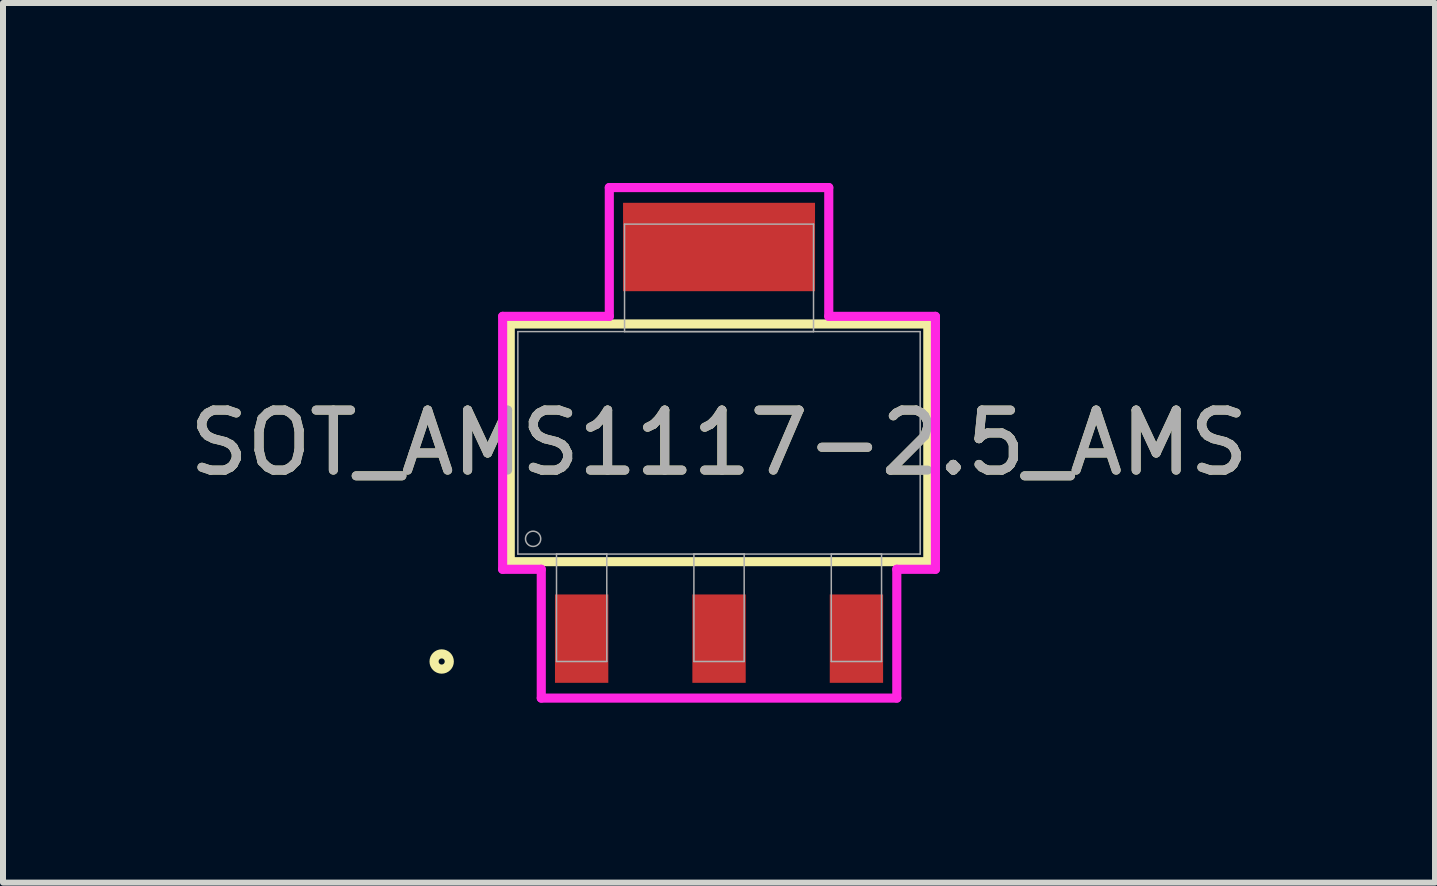
<source format=kicad_pcb>
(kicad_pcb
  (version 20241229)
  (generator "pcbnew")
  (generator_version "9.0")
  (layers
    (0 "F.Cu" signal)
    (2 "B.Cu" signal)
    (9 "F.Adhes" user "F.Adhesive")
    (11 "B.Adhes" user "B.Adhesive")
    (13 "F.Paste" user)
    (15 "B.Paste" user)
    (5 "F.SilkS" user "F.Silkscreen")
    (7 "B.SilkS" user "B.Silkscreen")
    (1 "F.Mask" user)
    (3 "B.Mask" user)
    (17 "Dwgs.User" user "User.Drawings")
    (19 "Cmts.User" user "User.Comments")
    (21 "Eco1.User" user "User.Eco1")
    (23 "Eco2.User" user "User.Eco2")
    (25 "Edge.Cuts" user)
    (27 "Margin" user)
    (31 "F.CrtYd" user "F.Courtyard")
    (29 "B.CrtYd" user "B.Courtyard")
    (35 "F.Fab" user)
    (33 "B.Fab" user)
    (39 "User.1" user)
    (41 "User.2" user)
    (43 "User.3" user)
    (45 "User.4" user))
  (footprint "SOT_AMS1117-2.5_AMS"
    (layer "F.Cu")
    (at 8.935 4.331)
    (property "Reference" "SOT_AMS1117-2.5_AMS" (at 0 0 0) (unlocked yes) (layer "F.SilkS") (effects (font (size 1 1) (thickness 0.15))))
    (attr smd)
    (fp_line (start -3.48 -1.981) (end -3.48 1.981) (stroke (width 0.152) (type solid)) (layer "F.SilkS"))
    (fp_line (start -3.48 1.981) (end 3.48 1.981) (stroke (width 0.152) (type solid)) (layer "F.SilkS"))
    (fp_line (start 3.48 -1.981) (end -3.48 -1.981) (stroke (width 0.152) (type solid)) (layer "F.SilkS"))
    (fp_line (start 3.48 1.981) (end 3.48 -1.981) (stroke (width 0.152) (type solid)) (layer "F.SilkS"))
    (fp_circle (center -4.623 3.645) (end -4.496 3.645) (stroke (width 0.152) (type solid)) (fill no) (layer "F.SilkS"))
    (fp_line (start -3.607 -2.108) (end -1.829 -2.108) (stroke (width 0.152) (type solid)) (layer "F.CrtYd"))
    (fp_line (start -3.607 2.108) (end -3.607 -2.108) (stroke (width 0.152) (type solid)) (layer "F.CrtYd"))
    (fp_line (start -2.963 2.108) (end -3.607 2.108) (stroke (width 0.152) (type solid)) (layer "F.CrtYd"))
    (fp_line (start -2.963 4.255) (end -2.963 2.108) (stroke (width 0.152) (type solid)) (layer "F.CrtYd"))
    (fp_line (start -1.829 -4.255) (end 1.829 -4.255) (stroke (width 0.152) (type solid)) (layer "F.CrtYd"))
    (fp_line (start -1.829 -2.108) (end -1.829 -4.255) (stroke (width 0.152) (type solid)) (layer "F.CrtYd"))
    (fp_line (start 1.829 -4.255) (end 1.829 -2.108) (stroke (width 0.152) (type solid)) (layer "F.CrtYd"))
    (fp_line (start 1.829 -2.108) (end 3.607 -2.108) (stroke (width 0.152) (type solid)) (layer "F.CrtYd"))
    (fp_line (start 2.963 2.108) (end 2.963 4.255) (stroke (width 0.152) (type solid)) (layer "F.CrtYd"))
    (fp_line (start 2.963 4.255) (end -2.963 4.255) (stroke (width 0.152) (type solid)) (layer "F.CrtYd"))
    (fp_line (start 3.607 -2.108) (end 3.607 2.108) (stroke (width 0.152) (type solid)) (layer "F.CrtYd"))
    (fp_line (start 3.607 2.108) (end 2.963 2.108) (stroke (width 0.152) (type solid)) (layer "F.CrtYd"))
    (fp_line (start -3.353 -1.854) (end -3.353 1.854) (stroke (width 0.025) (type solid)) (layer "F.Fab"))
    (fp_line (start -3.353 1.854) (end 3.353 1.854) (stroke (width 0.025) (type solid)) (layer "F.Fab"))
    (fp_line (start -2.709 1.854) (end -2.709 3.645) (stroke (width 0.025) (type solid)) (layer "F.Fab"))
    (fp_line (start -2.709 3.645) (end -1.871 3.645) (stroke (width 0.025) (type solid)) (layer "F.Fab"))
    (fp_line (start -1.871 1.854) (end -2.709 1.854) (stroke (width 0.025) (type solid)) (layer "F.Fab"))
    (fp_line (start -1.871 3.645) (end -1.871 1.854) (stroke (width 0.025) (type solid)) (layer "F.Fab"))
    (fp_line (start -1.575 -3.645) (end -1.575 -1.854) (stroke (width 0.025) (type solid)) (layer "F.Fab"))
    (fp_line (start -1.575 -1.854) (end 1.575 -1.854) (stroke (width 0.025) (type solid)) (layer "F.Fab"))
    (fp_line (start -0.419 1.854) (end -0.419 3.645) (stroke (width 0.025) (type solid)) (layer "F.Fab"))
    (fp_line (start -0.419 3.645) (end 0.419 3.645) (stroke (width 0.025) (type solid)) (layer "F.Fab"))
    (fp_line (start 0.419 1.854) (end -0.419 1.854) (stroke (width 0.025) (type solid)) (layer "F.Fab"))
    (fp_line (start 0.419 3.645) (end 0.419 1.854) (stroke (width 0.025) (type solid)) (layer "F.Fab"))
    (fp_line (start 1.575 -3.645) (end -1.575 -3.645) (stroke (width 0.025) (type solid)) (layer "F.Fab"))
    (fp_line (start 1.575 -1.854) (end 1.575 -3.645) (stroke (width 0.025) (type solid)) (layer "F.Fab"))
    (fp_line (start 1.871 1.854) (end 1.871 3.645) (stroke (width 0.025) (type solid)) (layer "F.Fab"))
    (fp_line (start 1.871 3.645) (end 2.709 3.645) (stroke (width 0.025) (type solid)) (layer "F.Fab"))
    (fp_line (start 2.709 1.854) (end 1.871 1.854) (stroke (width 0.025) (type solid)) (layer "F.Fab"))
    (fp_line (start 2.709 3.645) (end 2.709 1.854) (stroke (width 0.025) (type solid)) (layer "F.Fab"))
    (fp_line (start 3.353 -1.854) (end -3.353 -1.854) (stroke (width 0.025) (type solid)) (layer "F.Fab"))
    (fp_line (start 3.353 1.854) (end 3.353 -1.854) (stroke (width 0.025) (type solid)) (layer "F.Fab"))
    (fp_circle (center -3.099 1.6) (end -2.972 1.6) (stroke (width 0.025) (type solid)) (fill no) (layer "F.Fab"))
    (fp_text user "${REFERENCE}" (at 0 0 0) (unlocked yes) (layer "F.Fab") (effects (font (size 1 1) (thickness 0.15))))
    (pad "1" smd rect (at -2.29 3.264) (size 0.889 1.473) (layers "F.Cu" "F.Mask" "F.Paste"))
    (pad "2" smd rect (at 0 3.264) (size 0.889 1.473) (layers "F.Cu" "F.Mask" "F.Paste"))
    (pad "3" smd rect (at 2.29 3.264) (size 0.889 1.473) (layers "F.Cu" "F.Mask" "F.Paste"))
    (pad "4" smd rect (at 0 -3.264) (size 3.2 1.473) (layers "F.Cu" "F.Mask" "F.Paste")))
  (gr_rect
    (start -3 -3)
    (end 20.869 11.661)
    (stroke (width 0.1) (type default))
    (fill no)
    (layer "Edge.Cuts")))
</source>
